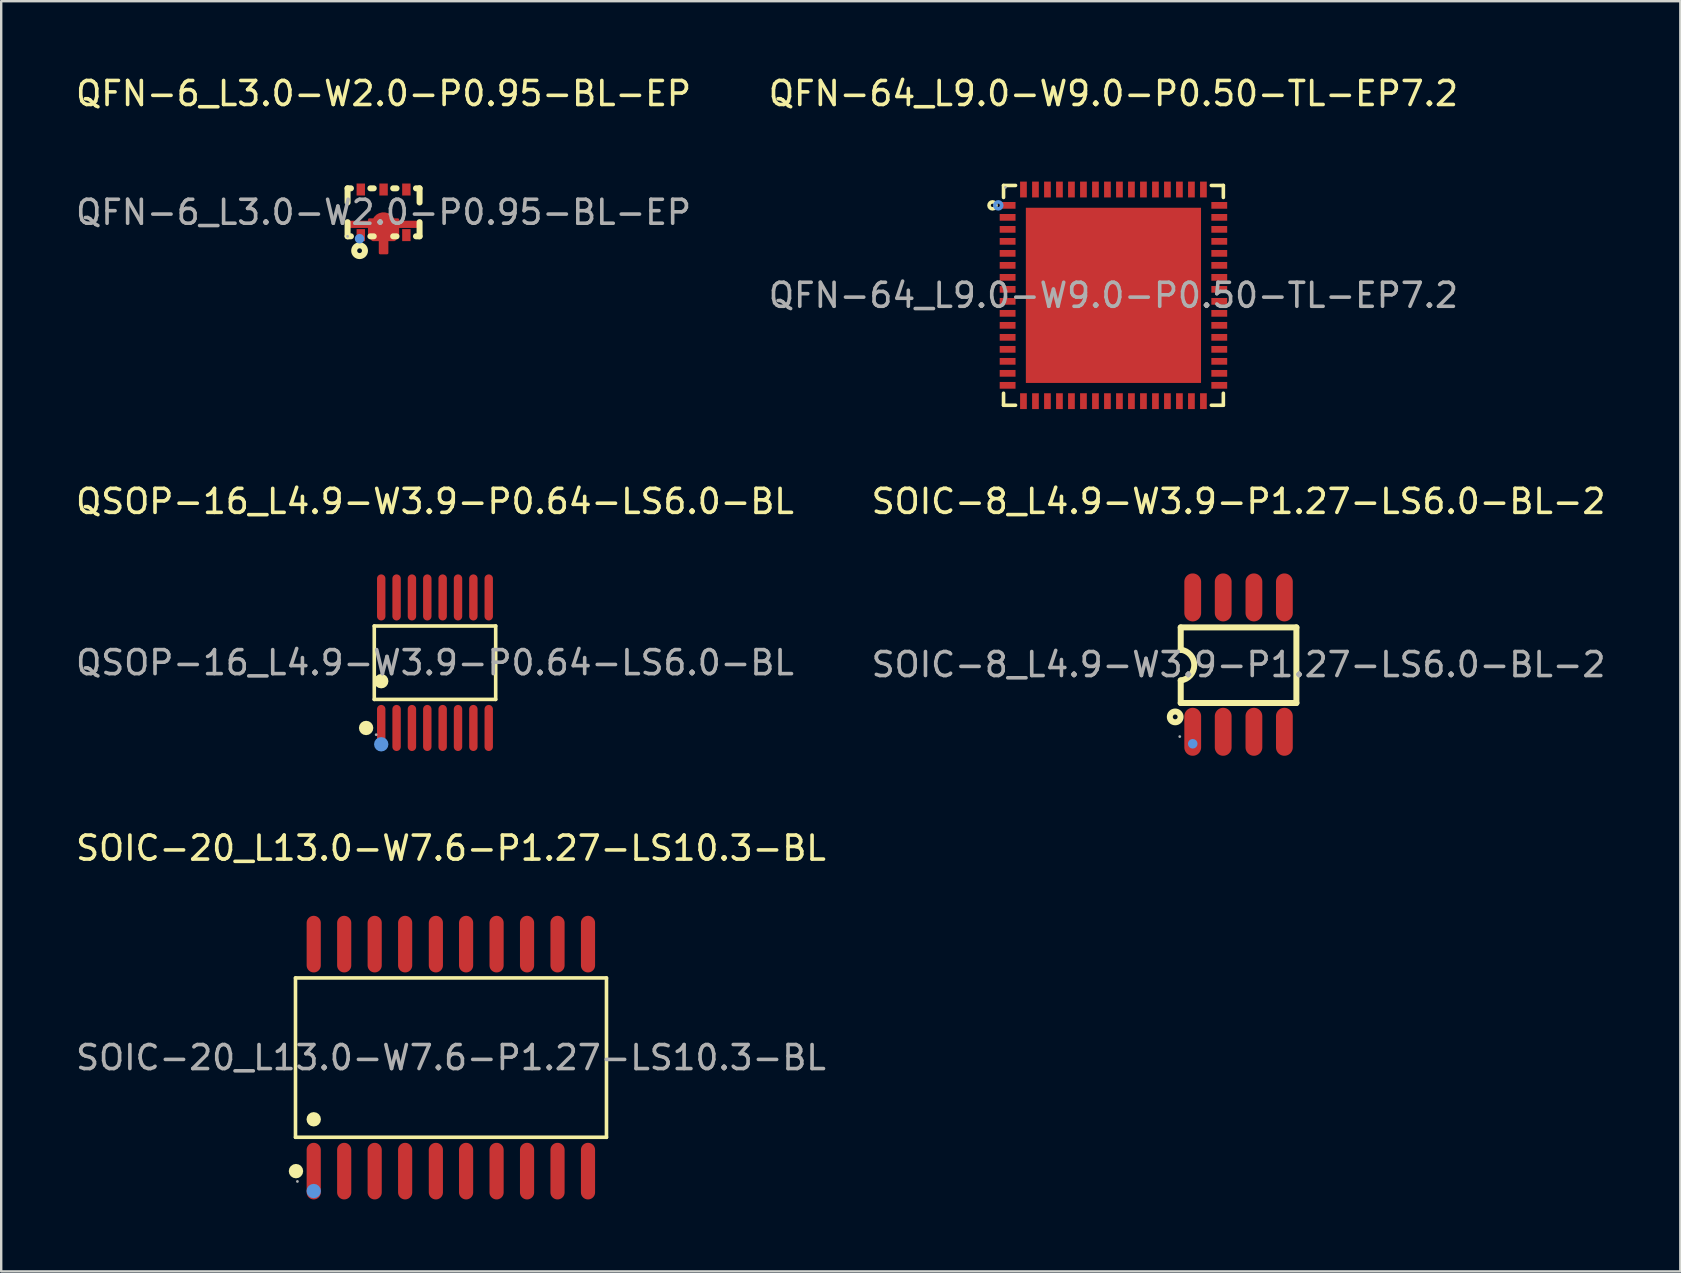
<source format=kicad_pcb>
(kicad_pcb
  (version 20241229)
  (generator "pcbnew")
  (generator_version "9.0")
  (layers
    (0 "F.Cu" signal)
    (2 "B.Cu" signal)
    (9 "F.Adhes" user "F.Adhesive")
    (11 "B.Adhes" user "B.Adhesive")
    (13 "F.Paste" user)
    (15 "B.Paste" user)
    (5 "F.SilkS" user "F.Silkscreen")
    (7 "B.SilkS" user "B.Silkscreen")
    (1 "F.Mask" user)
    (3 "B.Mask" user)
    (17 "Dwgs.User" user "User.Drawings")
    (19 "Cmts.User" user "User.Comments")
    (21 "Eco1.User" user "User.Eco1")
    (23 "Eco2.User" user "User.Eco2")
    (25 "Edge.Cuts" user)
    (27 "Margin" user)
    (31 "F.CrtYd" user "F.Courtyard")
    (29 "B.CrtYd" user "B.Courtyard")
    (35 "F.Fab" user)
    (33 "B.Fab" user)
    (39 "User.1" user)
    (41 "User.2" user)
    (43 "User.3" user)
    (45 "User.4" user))
  (footprint "SOIC-20_L13.0-W7.6-P1.27-LS10.3-BL"
    (layer "F.Cu")
    (at 15.744 41.025)
    (property "Reference" "SOIC-20_L13.0-W7.6-P1.27-LS10.3-BL" (at 0 -8.73 0) (layer "F.SilkS") (effects (font (size 1 1) (thickness 0.15))))
    (attr through_hole)
    (fp_line (start -6.48 -3.32) (end 6.48 -3.32) (stroke (width 0.15) (type solid)) (layer "F.SilkS"))
    (fp_line (start -6.48 3.32) (end -6.48 -3.32) (stroke (width 0.15) (type solid)) (layer "F.SilkS"))
    (fp_line (start 6.48 -3.32) (end 6.48 3.32) (stroke (width 0.15) (type solid)) (layer "F.SilkS"))
    (fp_line (start 6.48 3.32) (end -6.48 3.32) (stroke (width 0.15) (type solid)) (layer "F.SilkS"))
    (fp_circle (center -6.46 4.73) (end -6.31 4.73) (stroke (width 0.3) (type solid)) (fill no) (layer "F.SilkS"))
    (fp_circle (center -5.72 2.57) (end -5.57 2.57) (stroke (width 0.3) (type solid)) (fill no) (layer "F.SilkS"))
    (fp_circle (center -5.72 5.56) (end -5.57 5.56) (stroke (width 0.3) (type solid)) (fill no) (layer "Cmts.User"))
    (fp_circle (center -6.4 5.16) (end -6.37 5.16) (stroke (width 0.06) (type solid)) (fill no) (layer "F.Fab"))
    (fp_text user "${REFERENCE}" (at 0 0 0) (layer "F.Fab") (effects (font (size 1 1) (thickness 0.15))))
    (pad "1" smd oval (at -5.72 4.73) (size 0.59 2.36) (layers "F.Cu" "F.Mask" "F.Paste"))
    (pad "2" smd oval (at -4.45 4.73) (size 0.59 2.36) (layers "F.Cu" "F.Mask" "F.Paste"))
    (pad "3" smd oval (at -3.18 4.73) (size 0.59 2.36) (layers "F.Cu" "F.Mask" "F.Paste"))
    (pad "4" smd oval (at -1.91 4.73) (size 0.59 2.36) (layers "F.Cu" "F.Mask" "F.Paste"))
    (pad "5" smd oval (at -0.63 4.73) (size 0.59 2.36) (layers "F.Cu" "F.Mask" "F.Paste"))
    (pad "6" smd oval (at 0.63 4.73) (size 0.59 2.36) (layers "F.Cu" "F.Mask" "F.Paste"))
    (pad "7" smd oval (at 1.9 4.73) (size 0.59 2.36) (layers "F.Cu" "F.Mask" "F.Paste"))
    (pad "8" smd oval (at 3.17 4.73) (size 0.59 2.36) (layers "F.Cu" "F.Mask" "F.Paste"))
    (pad "9" smd oval (at 4.44 4.73) (size 0.59 2.36) (layers "F.Cu" "F.Mask" "F.Paste"))
    (pad "10" smd oval (at 5.71 4.73) (size 0.59 2.36) (layers "F.Cu" "F.Mask" "F.Paste"))
    (pad "11" smd oval (at 5.71 -4.73) (size 0.59 2.36) (layers "F.Cu" "F.Mask" "F.Paste"))
    (pad "12" smd oval (at 4.44 -4.73) (size 0.59 2.36) (layers "F.Cu" "F.Mask" "F.Paste"))
    (pad "13" smd oval (at 3.17 -4.73) (size 0.59 2.36) (layers "F.Cu" "F.Mask" "F.Paste"))
    (pad "14" smd oval (at 1.9 -4.73) (size 0.59 2.36) (layers "F.Cu" "F.Mask" "F.Paste"))
    (pad "15" smd oval (at 0.63 -4.73) (size 0.59 2.36) (layers "F.Cu" "F.Mask" "F.Paste"))
    (pad "16" smd oval (at -0.63 -4.73) (size 0.59 2.36) (layers "F.Cu" "F.Mask" "F.Paste"))
    (pad "17" smd oval (at -1.91 -4.73) (size 0.59 2.36) (layers "F.Cu" "F.Mask" "F.Paste"))
    (pad "18" smd oval (at -3.18 -4.73) (size 0.59 2.36) (layers "F.Cu" "F.Mask" "F.Paste"))
    (pad "19" smd oval (at -4.45 -4.73) (size 0.59 2.36) (layers "F.Cu" "F.Mask" "F.Paste"))
    (pad "20" smd oval (at -5.72 -4.73) (size 0.59 2.36) (layers "F.Cu" "F.Mask" "F.Paste")))
  (footprint "QFN-6_L3.0-W2.0-P0.95-BL-EP"
    (layer "F.Cu")
    (at 12.935 5.798)
    (property "Reference" "QFN-6_L3.0-W2.0-P0.95-BL-EP" (at 0 -4.95 0) (layer "F.SilkS") (effects (font (size 1 1) (thickness 0.15))))
    (attr through_hole)
    (fp_line (start -1.5 -1) (end -1.36 -1) (stroke (width 0.25) (type solid)) (layer "F.SilkS"))
    (fp_line (start -1.5 -0.41) (end -1.5 -1) (stroke (width 0.25) (type solid)) (layer "F.SilkS"))
    (fp_line (start -1.5 1) (end -1.5 0.41) (stroke (width 0.25) (type solid)) (layer "F.SilkS"))
    (fp_line (start -1.36 1) (end -1.5 1) (stroke (width 0.25) (type solid)) (layer "F.SilkS"))
    (fp_line (start -0.55 -1) (end -0.41 -1) (stroke (width 0.25) (type solid)) (layer "F.SilkS"))
    (fp_line (start -0.41 1) (end -0.55 1) (stroke (width 0.25) (type solid)) (layer "F.SilkS"))
    (fp_line (start 0.4 -1) (end 0.54 -1) (stroke (width 0.25) (type solid)) (layer "F.SilkS"))
    (fp_line (start 0.54 1) (end 0.4 1) (stroke (width 0.25) (type solid)) (layer "F.SilkS"))
    (fp_line (start 1.35 -1) (end 1.5 -1) (stroke (width 0.25) (type solid)) (layer "F.SilkS"))
    (fp_line (start 1.5 -1) (end 1.5 -0.41) (stroke (width 0.25) (type solid)) (layer "F.SilkS"))
    (fp_line (start 1.5 0.41) (end 1.5 1) (stroke (width 0.25) (type solid)) (layer "F.SilkS"))
    (fp_line (start 1.5 1) (end 1.35 1) (stroke (width 0.25) (type solid)) (layer "F.SilkS"))
    (fp_circle (center -1 1.6) (end -0.9 1.6) (stroke (width 0.25) (type solid)) (fill no) (layer "F.SilkS"))
    (fp_circle (center -1 1.1) (end -0.9 1.1) (stroke (width 0.2) (type solid)) (fill no) (layer "Cmts.User"))
    (fp_circle (center -1.5 1) (end -1.47 1) (stroke (width 0.06) (type solid)) (fill no) (layer "F.Fab"))
    (fp_text user "${REFERENCE}" (at 0 0 0) (layer "F.Fab") (effects (font (size 1 1) (thickness 0.15))))
    (pad "1" smd rect (at -0.95 0.95 90) (size 0.5 0.35) (layers "F.Cu" "F.Mask" "F.Paste"))
    (pad "3" smd rect (at 0.95 0.95 90) (size 0.5 0.35) (layers "F.Cu" "F.Mask" "F.Paste"))
    (pad "4" smd rect (at 0.95 -0.95 90) (size 0.5 0.35) (layers "F.Cu" "F.Mask" "F.Paste"))
    (pad "5" smd rect (at 0 -0.95 90) (size 0.5 0.35) (layers "F.Cu" "F.Mask" "F.Paste"))
    (pad "6" smd rect (at -0.95 -0.95 90) (size 0.5 0.35) (layers "F.Cu" "F.Mask" "F.Paste"))
    (pad "7" smd custom (at 0 0.5) (size 1 1) (layers "F.Cu" "F.Mask" "F.Paste") (options (anchor circle)) (primitives (gr_poly (pts (xy -1.5 -0.1) (xy -0.6 -0.1) (xy -0.6 -0.2) (xy 0.6 -0.2) (xy 0.6 -0.1) (xy 1.5 -0.1) (xy 1.5 0.1) (xy 0.6 0.1) (xy 0.6 0.5) (xy 0.45 0.65) (xy 0.15 0.65) (xy 0.15 1.2) (xy -0.15 1.2) (xy -0.15 0.65) (xy -0.45 0.65) (xy -0.6 0.5) (xy -0.6 0.1) (xy -1.5 0.1)) (width 0.1) (fill yes)))))
  (footprint "QSOP-16_L4.9-W3.9-P0.64-LS6.0-BL"
    (layer "F.Cu")
    (at 15.077 24.567)
    (property "Reference" "QSOP-16_L4.9-W3.9-P0.64-LS6.0-BL" (at 0 -6.72 0) (layer "F.SilkS") (effects (font (size 1 1) (thickness 0.15))))
    (attr through_hole)
    (fp_line (start -2.53 -1.53) (end 2.53 -1.53) (stroke (width 0.15) (type solid)) (layer "F.SilkS"))
    (fp_line (start -2.53 1.53) (end -2.53 -1.53) (stroke (width 0.15) (type solid)) (layer "F.SilkS"))
    (fp_line (start 2.53 -1.53) (end 2.53 1.53) (stroke (width 0.15) (type solid)) (layer "F.SilkS"))
    (fp_line (start 2.53 1.53) (end -2.53 1.53) (stroke (width 0.15) (type solid)) (layer "F.SilkS"))
    (fp_circle (center -2.87 2.72) (end -2.72 2.72) (stroke (width 0.3) (type solid)) (fill no) (layer "F.SilkS"))
    (fp_circle (center -2.24 0.77) (end -2.09 0.77) (stroke (width 0.3) (type solid)) (fill no) (layer "F.SilkS"))
    (fp_circle (center -2.24 3.4) (end -2.09 3.4) (stroke (width 0.3) (type solid)) (fill no) (layer "Cmts.User"))
    (fp_circle (center -2.45 3) (end -2.42 3) (stroke (width 0.06) (type solid)) (fill no) (layer "F.Fab"))
    (fp_text user "${REFERENCE}" (at 0 0 0) (layer "F.Fab") (effects (font (size 1 1) (thickness 0.15))))
    (pad "1" smd oval (at -2.24 2.72) (size 0.35 1.92) (layers "F.Cu" "F.Mask" "F.Paste"))
    (pad "2" smd oval (at -1.6 2.72) (size 0.35 1.92) (layers "F.Cu" "F.Mask" "F.Paste"))
    (pad "3" smd oval (at -0.96 2.72) (size 0.35 1.92) (layers "F.Cu" "F.Mask" "F.Paste"))
    (pad "4" smd oval (at -0.32 2.72) (size 0.35 1.92) (layers "F.Cu" "F.Mask" "F.Paste"))
    (pad "5" smd oval (at 0.32 2.72) (size 0.35 1.92) (layers "F.Cu" "F.Mask" "F.Paste"))
    (pad "6" smd oval (at 0.96 2.72) (size 0.35 1.92) (layers "F.Cu" "F.Mask" "F.Paste"))
    (pad "7" smd oval (at 1.6 2.72) (size 0.35 1.92) (layers "F.Cu" "F.Mask" "F.Paste"))
    (pad "8" smd oval (at 2.24 2.72) (size 0.35 1.92) (layers "F.Cu" "F.Mask" "F.Paste"))
    (pad "9" smd oval (at 2.24 -2.72) (size 0.35 1.92) (layers "F.Cu" "F.Mask" "F.Paste"))
    (pad "10" smd oval (at 1.6 -2.72) (size 0.35 1.92) (layers "F.Cu" "F.Mask" "F.Paste"))
    (pad "11" smd oval (at 0.96 -2.72) (size 0.35 1.92) (layers "F.Cu" "F.Mask" "F.Paste"))
    (pad "12" smd oval (at 0.32 -2.72) (size 0.35 1.92) (layers "F.Cu" "F.Mask" "F.Paste"))
    (pad "13" smd oval (at -0.32 -2.72) (size 0.35 1.92) (layers "F.Cu" "F.Mask" "F.Paste"))
    (pad "14" smd oval (at -0.96 -2.72) (size 0.35 1.92) (layers "F.Cu" "F.Mask" "F.Paste"))
    (pad "15" smd oval (at -1.6 -2.72) (size 0.35 1.92) (layers "F.Cu" "F.Mask" "F.Paste"))
    (pad "16" smd oval (at -2.24 -2.72) (size 0.35 1.92) (layers "F.Cu" "F.Mask" "F.Paste")))
  (footprint "QFN-64_L9.0-W9.0-P0.50-TL-EP7.2"
    (layer "F.Cu")
    (at 43.351 9.258)
    (property "Reference" "QFN-64_L9.0-W9.0-P0.50-TL-EP7.2" (at 0 -8.41 0) (layer "F.SilkS") (effects (font (size 1 1) (thickness 0.15))))
    (attr through_hole)
    (fp_line (start -4.58 -4.58) (end -4.58 -4.08) (stroke (width 0.15) (type solid)) (layer "F.SilkS"))
    (fp_line (start -4.58 4.58) (end -4.58 4.08) (stroke (width 0.15) (type solid)) (layer "F.SilkS"))
    (fp_line (start -4.08 -4.58) (end -4.58 -4.58) (stroke (width 0.15) (type solid)) (layer "F.SilkS"))
    (fp_line (start -4.08 4.58) (end -4.58 4.58) (stroke (width 0.15) (type solid)) (layer "F.SilkS"))
    (fp_line (start 4.08 -4.58) (end 4.58 -4.58) (stroke (width 0.15) (type solid)) (layer "F.SilkS"))
    (fp_line (start 4.08 4.58) (end 4.58 4.58) (stroke (width 0.15) (type solid)) (layer "F.SilkS"))
    (fp_line (start 4.58 -4.58) (end 4.58 -4.08) (stroke (width 0.15) (type solid)) (layer "F.SilkS"))
    (fp_line (start 4.58 4.58) (end 4.58 4.08) (stroke (width 0.15) (type solid)) (layer "F.SilkS"))
    (fp_circle (center -5.04 -3.75) (end -4.97 -3.75) (stroke (width 0.15) (type solid)) (fill no) (layer "F.SilkS"))
    (fp_circle (center -4.8 -3.75) (end -4.73 -3.75) (stroke (width 0.15) (type solid)) (fill no) (layer "Cmts.User"))
    (fp_circle (center -4.5 -4.5) (end -4.47 -4.5) (stroke (width 0.06) (type solid)) (fill no) (layer "F.Fab"))
    (fp_text user "${REFERENCE}" (at 0 0 0) (layer "F.Fab") (effects (font (size 1 1) (thickness 0.15))))
    (pad "1" smd rect (at -4.41 -3.75) (size 0.66 0.28) (layers "F.Cu" "F.Mask" "F.Paste"))
    (pad "2" smd rect (at -4.41 -3.25) (size 0.66 0.28) (layers "F.Cu" "F.Mask" "F.Paste"))
    (pad "3" smd rect (at -4.41 -2.75) (size 0.66 0.28) (layers "F.Cu" "F.Mask" "F.Paste"))
    (pad "4" smd rect (at -4.41 -2.25) (size 0.66 0.28) (layers "F.Cu" "F.Mask" "F.Paste"))
    (pad "5" smd rect (at -4.41 -1.75) (size 0.66 0.28) (layers "F.Cu" "F.Mask" "F.Paste"))
    (pad "6" smd rect (at -4.41 -1.25) (size 0.66 0.28) (layers "F.Cu" "F.Mask" "F.Paste"))
    (pad "7" smd rect (at -4.41 -0.75) (size 0.66 0.28) (layers "F.Cu" "F.Mask" "F.Paste"))
    (pad "8" smd rect (at -4.41 -0.25) (size 0.66 0.28) (layers "F.Cu" "F.Mask" "F.Paste"))
    (pad "9" smd rect (at -4.41 0.25) (size 0.66 0.28) (layers "F.Cu" "F.Mask" "F.Paste"))
    (pad "10" smd rect (at -4.41 0.75) (size 0.66 0.28) (layers "F.Cu" "F.Mask" "F.Paste"))
    (pad "11" smd rect (at -4.41 1.25) (size 0.66 0.28) (layers "F.Cu" "F.Mask" "F.Paste"))
    (pad "12" smd rect (at -4.41 1.75) (size 0.66 0.28) (layers "F.Cu" "F.Mask" "F.Paste"))
    (pad "13" smd rect (at -4.41 2.25) (size 0.66 0.28) (layers "F.Cu" "F.Mask" "F.Paste"))
    (pad "14" smd rect (at -4.41 2.75) (size 0.66 0.28) (layers "F.Cu" "F.Mask" "F.Paste"))
    (pad "15" smd rect (at -4.41 3.25) (size 0.66 0.28) (layers "F.Cu" "F.Mask" "F.Paste"))
    (pad "16" smd rect (at -4.41 3.75) (size 0.66 0.28) (layers "F.Cu" "F.Mask" "F.Paste"))
    (pad "17" smd rect (at -3.75 4.41) (size 0.28 0.66) (layers "F.Cu" "F.Mask" "F.Paste"))
    (pad "18" smd rect (at -3.25 4.41) (size 0.28 0.66) (layers "F.Cu" "F.Mask" "F.Paste"))
    (pad "19" smd rect (at -2.75 4.41) (size 0.28 0.66) (layers "F.Cu" "F.Mask" "F.Paste"))
    (pad "20" smd rect (at -2.25 4.41) (size 0.28 0.66) (layers "F.Cu" "F.Mask" "F.Paste"))
    (pad "21" smd rect (at -1.75 4.41) (size 0.28 0.66) (layers "F.Cu" "F.Mask" "F.Paste"))
    (pad "22" smd rect (at -1.25 4.41) (size 0.28 0.66) (layers "F.Cu" "F.Mask" "F.Paste"))
    (pad "23" smd rect (at -0.75 4.41) (size 0.28 0.66) (layers "F.Cu" "F.Mask" "F.Paste"))
    (pad "24" smd rect (at -0.25 4.41) (size 0.28 0.66) (layers "F.Cu" "F.Mask" "F.Paste"))
    (pad "25" smd rect (at 0.25 4.41) (size 0.28 0.66) (layers "F.Cu" "F.Mask" "F.Paste"))
    (pad "26" smd rect (at 0.75 4.41) (size 0.28 0.66) (layers "F.Cu" "F.Mask" "F.Paste"))
    (pad "27" smd rect (at 1.25 4.41) (size 0.28 0.66) (layers "F.Cu" "F.Mask" "F.Paste"))
    (pad "28" smd rect (at 1.75 4.41) (size 0.28 0.66) (layers "F.Cu" "F.Mask" "F.Paste"))
    (pad "29" smd rect (at 2.25 4.41) (size 0.28 0.66) (layers "F.Cu" "F.Mask" "F.Paste"))
    (pad "30" smd rect (at 2.75 4.41) (size 0.28 0.66) (layers "F.Cu" "F.Mask" "F.Paste"))
    (pad "31" smd rect (at 3.25 4.41) (size 0.28 0.66) (layers "F.Cu" "F.Mask" "F.Paste"))
    (pad "32" smd rect (at 3.75 4.41) (size 0.28 0.66) (layers "F.Cu" "F.Mask" "F.Paste"))
    (pad "33" smd rect (at 4.41 3.75) (size 0.66 0.28) (layers "F.Cu" "F.Mask" "F.Paste"))
    (pad "34" smd rect (at 4.41 3.25) (size 0.66 0.28) (layers "F.Cu" "F.Mask" "F.Paste"))
    (pad "35" smd rect (at 4.41 2.75) (size 0.66 0.28) (layers "F.Cu" "F.Mask" "F.Paste"))
    (pad "36" smd rect (at 4.41 2.25) (size 0.66 0.28) (layers "F.Cu" "F.Mask" "F.Paste"))
    (pad "37" smd rect (at 4.41 1.75) (size 0.66 0.28) (layers "F.Cu" "F.Mask" "F.Paste"))
    (pad "38" smd rect (at 4.41 1.25) (size 0.66 0.28) (layers "F.Cu" "F.Mask" "F.Paste"))
    (pad "39" smd rect (at 4.41 0.75) (size 0.66 0.28) (layers "F.Cu" "F.Mask" "F.Paste"))
    (pad "40" smd rect (at 4.41 0.25) (size 0.66 0.28) (layers "F.Cu" "F.Mask" "F.Paste"))
    (pad "41" smd rect (at 4.41 -0.25) (size 0.66 0.28) (layers "F.Cu" "F.Mask" "F.Paste"))
    (pad "42" smd rect (at 4.41 -0.75) (size 0.66 0.28) (layers "F.Cu" "F.Mask" "F.Paste"))
    (pad "43" smd rect (at 4.41 -1.25) (size 0.66 0.28) (layers "F.Cu" "F.Mask" "F.Paste"))
    (pad "44" smd rect (at 4.41 -1.75) (size 0.66 0.28) (layers "F.Cu" "F.Mask" "F.Paste"))
    (pad "45" smd rect (at 4.41 -2.25) (size 0.66 0.28) (layers "F.Cu" "F.Mask" "F.Paste"))
    (pad "46" smd rect (at 4.41 -2.75) (size 0.66 0.28) (layers "F.Cu" "F.Mask" "F.Paste"))
    (pad "47" smd rect (at 4.41 -3.25) (size 0.66 0.28) (layers "F.Cu" "F.Mask" "F.Paste"))
    (pad "48" smd rect (at 4.41 -3.75) (size 0.66 0.28) (layers "F.Cu" "F.Mask" "F.Paste"))
    (pad "49" smd rect (at 3.75 -4.41) (size 0.28 0.66) (layers "F.Cu" "F.Mask" "F.Paste"))
    (pad "50" smd rect (at 3.25 -4.41) (size 0.28 0.66) (layers "F.Cu" "F.Mask" "F.Paste"))
    (pad "51" smd rect (at 2.75 -4.41) (size 0.28 0.66) (layers "F.Cu" "F.Mask" "F.Paste"))
    (pad "52" smd rect (at 2.25 -4.41) (size 0.28 0.66) (layers "F.Cu" "F.Mask" "F.Paste"))
    (pad "53" smd rect (at 1.75 -4.41) (size 0.28 0.66) (layers "F.Cu" "F.Mask" "F.Paste"))
    (pad "54" smd rect (at 1.25 -4.41) (size 0.28 0.66) (layers "F.Cu" "F.Mask" "F.Paste"))
    (pad "55" smd rect (at 0.75 -4.41) (size 0.28 0.66) (layers "F.Cu" "F.Mask" "F.Paste"))
    (pad "56" smd rect (at 0.25 -4.41) (size 0.28 0.66) (layers "F.Cu" "F.Mask" "F.Paste"))
    (pad "57" smd rect (at -0.25 -4.41) (size 0.28 0.66) (layers "F.Cu" "F.Mask" "F.Paste"))
    (pad "58" smd rect (at -0.75 -4.41) (size 0.28 0.66) (layers "F.Cu" "F.Mask" "F.Paste"))
    (pad "59" smd rect (at -1.25 -4.41) (size 0.28 0.66) (layers "F.Cu" "F.Mask" "F.Paste"))
    (pad "60" smd rect (at -1.75 -4.41) (size 0.28 0.66) (layers "F.Cu" "F.Mask" "F.Paste"))
    (pad "61" smd rect (at -2.25 -4.41) (size 0.28 0.66) (layers "F.Cu" "F.Mask" "F.Paste"))
    (pad "62" smd rect (at -2.75 -4.41) (size 0.28 0.66) (layers "F.Cu" "F.Mask" "F.Paste"))
    (pad "63" smd rect (at -3.25 -4.41) (size 0.28 0.66) (layers "F.Cu" "F.Mask" "F.Paste"))
    (pad "64" smd rect (at -3.75 -4.41) (size 0.28 0.66) (layers "F.Cu" "F.Mask" "F.Paste"))
    (pad "65" smd rect (at 0 0) (size 7.3 7.3) (layers "F.Cu" "F.Mask" "F.Paste")))
  (footprint "SOIC-8_L4.9-W3.9-P1.27-LS6.0-BL-2"
    (layer "F.Cu")
    (at 48.565 24.646)
    (property "Reference" "SOIC-8_L4.9-W3.9-P1.27-LS6.0-BL-2" (at 0 -6.8 0) (layer "F.SilkS") (effects (font (size 1 1) (thickness 0.15))))
    (attr through_hole)
    (fp_line (start -2.41 -1.55) (end -2.41 -0.61) (stroke (width 0.25) (type solid)) (layer "F.SilkS"))
    (fp_line (start -2.41 0.66) (end -2.41 1.6) (stroke (width 0.25) (type solid)) (layer "F.SilkS"))
    (fp_line (start -2.41 1.6) (end 2.41 1.6) (stroke (width 0.25) (type solid)) (layer "F.SilkS"))
    (fp_line (start 2.41 -1.55) (end -2.41 -1.55) (stroke (width 0.25) (type solid)) (layer "F.SilkS"))
    (fp_line (start 2.41 1.6) (end 2.41 -1.55) (stroke (width 0.25) (type solid)) (layer "F.SilkS"))
    (fp_arc (start -2.409107 -0.619888) (mid -1.845019 0.02045) (end -2.41 0.66) (stroke (width 0.25) (type solid)) (layer "F.SilkS"))
    (fp_circle (center -2.64 2.18) (end -2.54 2.18) (stroke (width 0.25) (type solid)) (fill no) (layer "F.SilkS"))
    (fp_circle (center -1.91 3.3) (end -1.81 3.3) (stroke (width 0.2) (type solid)) (fill no) (layer "Cmts.User"))
    (fp_circle (center -2.45 3) (end -2.42 3) (stroke (width 0.06) (type solid)) (fill no) (layer "F.Fab"))
    (fp_text user "${REFERENCE}" (at 0 0 0) (layer "F.Fab") (effects (font (size 1 1) (thickness 0.15))))
    (pad "1" smd oval (at -1.91 2.8 180) (size 0.7 2) (layers "F.Cu" "F.Mask" "F.Paste"))
    (pad "2" smd oval (at -0.64 2.8 180) (size 0.7 2) (layers "F.Cu" "F.Mask" "F.Paste"))
    (pad "3" smd oval (at 0.64 2.8 180) (size 0.7 2) (layers "F.Cu" "F.Mask" "F.Paste"))
    (pad "4" smd oval (at 1.91 2.8 180) (size 0.7 2) (layers "F.Cu" "F.Mask" "F.Paste"))
    (pad "5" smd oval (at 1.91 -2.8 180) (size 0.7 2) (layers "F.Cu" "F.Mask" "F.Paste"))
    (pad "6" smd oval (at 0.64 -2.8 180) (size 0.7 2) (layers "F.Cu" "F.Mask" "F.Paste"))
    (pad "7" smd oval (at -0.64 -2.8 180) (size 0.7 2) (layers "F.Cu" "F.Mask" "F.Paste"))
    (pad "8" smd oval (at -1.91 -2.8 180) (size 0.7 2) (layers "F.Cu" "F.Mask" "F.Paste")))
  (gr_rect
    (start -3 -3)
    (end 66.976 49.935)
    (stroke (width 0.1) (type default))
    (fill no)
    (layer "Edge.Cuts")))
</source>
